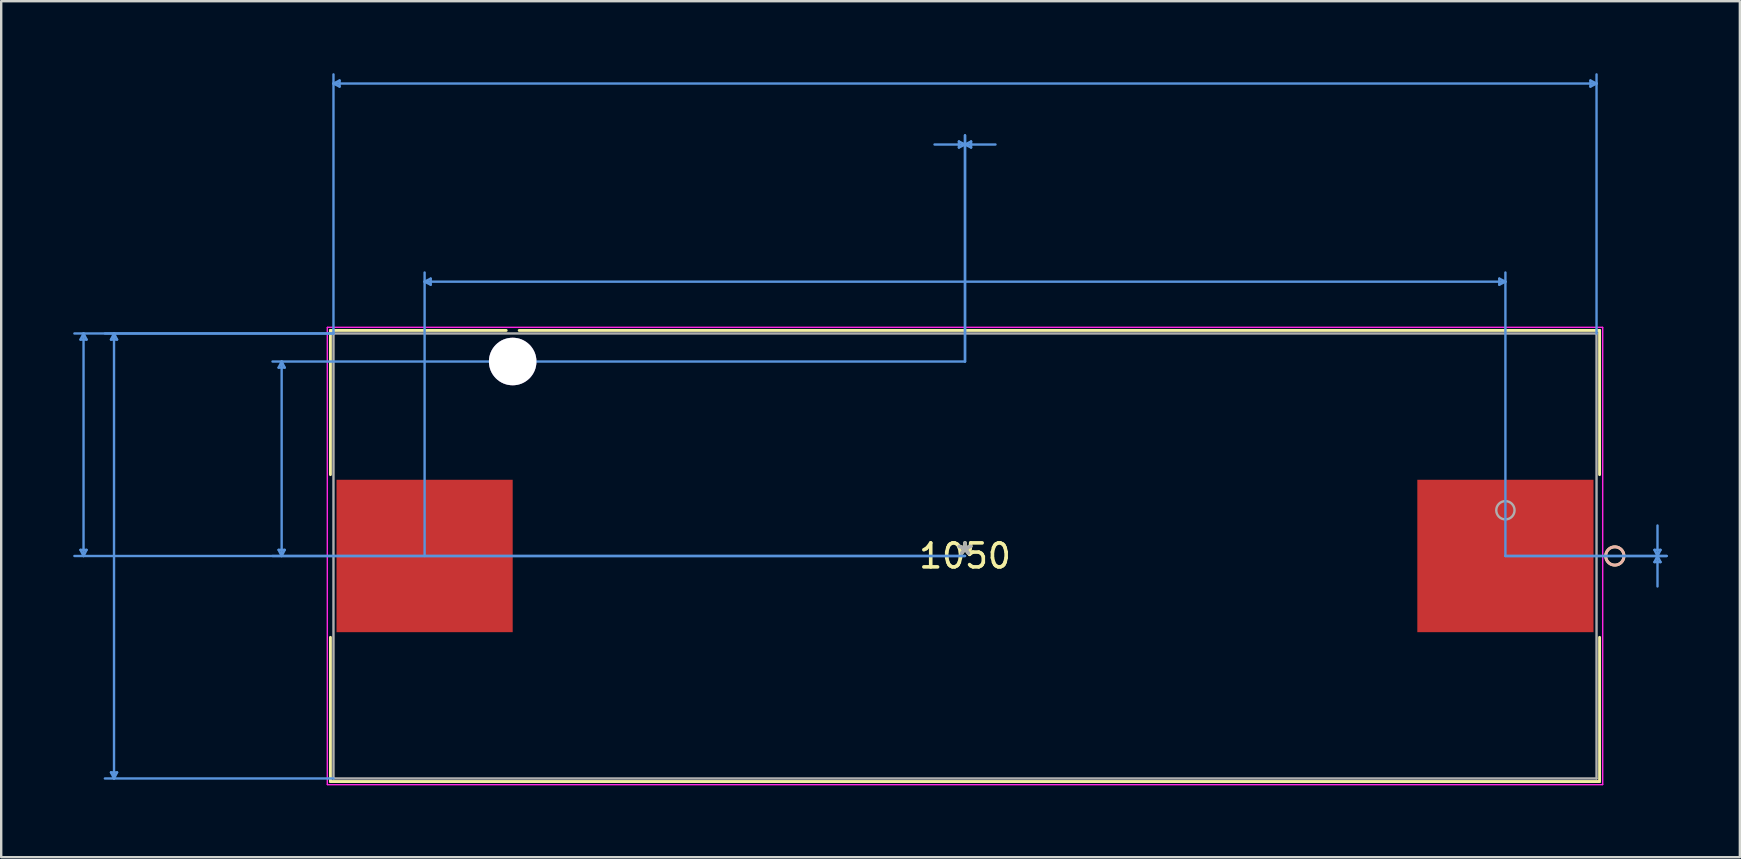
<source format=kicad_pcb>
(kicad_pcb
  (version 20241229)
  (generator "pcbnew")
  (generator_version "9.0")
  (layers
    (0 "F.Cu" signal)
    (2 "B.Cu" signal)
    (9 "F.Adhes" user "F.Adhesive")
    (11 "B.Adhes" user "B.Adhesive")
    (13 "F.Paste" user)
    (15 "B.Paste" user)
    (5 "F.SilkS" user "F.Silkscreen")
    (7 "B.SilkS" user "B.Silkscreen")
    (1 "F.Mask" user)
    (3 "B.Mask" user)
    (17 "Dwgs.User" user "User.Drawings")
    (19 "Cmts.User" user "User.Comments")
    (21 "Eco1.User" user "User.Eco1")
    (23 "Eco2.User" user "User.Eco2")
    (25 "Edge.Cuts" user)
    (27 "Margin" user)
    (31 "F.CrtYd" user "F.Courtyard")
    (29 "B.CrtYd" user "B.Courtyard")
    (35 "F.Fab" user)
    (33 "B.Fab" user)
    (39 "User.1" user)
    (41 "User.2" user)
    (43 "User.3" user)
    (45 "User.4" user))
  (footprint "1050"
    (layer "F.Cu")
    (at 37.159 20.116)
    (property "Reference" "1050" (at 0 0 0) (layer "F.SilkS") (effects (font (size 1 1) (thickness 0.15))))
    (attr through_hole)
    (fp_line (start -26.441 -9.398) (end -26.441 -3.39) (stroke (width 0.12) (type solid)) (layer "F.SilkS"))
    (fp_line (start -26.441 3.39) (end -26.441 9.398) (stroke (width 0.12) (type solid)) (layer "F.SilkS"))
    (fp_line (start -26.441 9.398) (end 26.441 9.398) (stroke (width 0.12) (type solid)) (layer "F.SilkS"))
    (fp_line (start -19.117 -9.398) (end -26.441 -9.398) (stroke (width 0.12) (type solid)) (layer "F.SilkS"))
    (fp_line (start 26.441 -9.398) (end -18.576 -9.398) (stroke (width 0.12) (type solid)) (layer "F.SilkS"))
    (fp_line (start 26.441 -3.39) (end 26.441 -9.398) (stroke (width 0.12) (type solid)) (layer "F.SilkS"))
    (fp_line (start 26.441 9.398) (end 26.441 3.39) (stroke (width 0.12) (type solid)) (layer "F.SilkS"))
    (fp_arc (start 26.69794 -0.043921) (mid 27.098397 -0.380364) (end 27.4574 0) (stroke (width 0.12) (type solid)) (layer "F.SilkS"))
    (fp_arc (start 27.4574 0.000001) (mid 27.098396 0.380365) (end 26.69794 0.04392) (stroke (width 0.12) (type solid)) (layer "F.SilkS"))
    (fp_circle (center 27.076 0) (end 27.457 0) (stroke (width 0.12) (type solid)) (fill no) (layer "B.SilkS"))
    (fp_line (start -36.855 -9.017) (end -36.601 -9.017) (stroke (width 0.1) (type solid)) (layer "Cmts.User"))
    (fp_line (start -36.855 -0.254) (end -36.601 -0.254) (stroke (width 0.1) (type solid)) (layer "Cmts.User"))
    (fp_line (start -36.728 -9.271) (end -36.855 -9.017) (stroke (width 0.1) (type solid)) (layer "Cmts.User"))
    (fp_line (start -36.728 -9.271) (end -36.728 0) (stroke (width 0.1) (type solid)) (layer "Cmts.User"))
    (fp_line (start -36.728 -9.271) (end -36.601 -9.017) (stroke (width 0.1) (type solid)) (layer "Cmts.User"))
    (fp_line (start -36.728 0) (end -36.855 -0.254) (stroke (width 0.1) (type solid)) (layer "Cmts.User"))
    (fp_line (start -36.728 0) (end -36.601 -0.254) (stroke (width 0.1) (type solid)) (layer "Cmts.User"))
    (fp_line (start -35.585 -9.017) (end -35.331 -9.017) (stroke (width 0.1) (type solid)) (layer "Cmts.User"))
    (fp_line (start -35.585 9.017) (end -35.331 9.017) (stroke (width 0.1) (type solid)) (layer "Cmts.User"))
    (fp_line (start -35.458 -9.271) (end -35.585 -9.017) (stroke (width 0.1) (type solid)) (layer "Cmts.User"))
    (fp_line (start -35.458 -9.271) (end -35.458 9.271) (stroke (width 0.1) (type solid)) (layer "Cmts.User"))
    (fp_line (start -35.458 -9.271) (end -35.331 -9.017) (stroke (width 0.1) (type solid)) (layer "Cmts.User"))
    (fp_line (start -35.458 9.271) (end -35.585 9.017) (stroke (width 0.1) (type solid)) (layer "Cmts.User"))
    (fp_line (start -35.458 9.271) (end -35.331 9.017) (stroke (width 0.1) (type solid)) (layer "Cmts.User"))
    (fp_line (start -28.6 -7.849) (end -28.346 -7.849) (stroke (width 0.1) (type solid)) (layer "Cmts.User"))
    (fp_line (start -28.6 -0.254) (end -28.346 -0.254) (stroke (width 0.1) (type solid)) (layer "Cmts.User"))
    (fp_line (start -28.473 -8.103) (end -28.6 -7.849) (stroke (width 0.1) (type solid)) (layer "Cmts.User"))
    (fp_line (start -28.473 -8.103) (end -28.473 0) (stroke (width 0.1) (type solid)) (layer "Cmts.User"))
    (fp_line (start -28.473 -8.103) (end -28.346 -7.849) (stroke (width 0.1) (type solid)) (layer "Cmts.User"))
    (fp_line (start -28.473 0) (end -28.6 -0.254) (stroke (width 0.1) (type solid)) (layer "Cmts.User"))
    (fp_line (start -28.473 0) (end -28.346 -0.254) (stroke (width 0.1) (type solid)) (layer "Cmts.User"))
    (fp_line (start -26.314 -19.685) (end -26.06 -19.812) (stroke (width 0.1) (type solid)) (layer "Cmts.User"))
    (fp_line (start -26.314 -19.685) (end -26.06 -19.558) (stroke (width 0.1) (type solid)) (layer "Cmts.User"))
    (fp_line (start -26.314 -19.685) (end 26.314 -19.685) (stroke (width 0.1) (type solid)) (layer "Cmts.User"))
    (fp_line (start -26.314 -9.271) (end -37.109 -9.271) (stroke (width 0.1) (type solid)) (layer "Cmts.User"))
    (fp_line (start -26.314 -9.271) (end -35.839 -9.271) (stroke (width 0.1) (type solid)) (layer "Cmts.User"))
    (fp_line (start -26.314 -9.271) (end -26.314 -20.066) (stroke (width 0.1) (type solid)) (layer "Cmts.User"))
    (fp_line (start -26.314 9.271) (end -35.839 9.271) (stroke (width 0.1) (type solid)) (layer "Cmts.User"))
    (fp_line (start -26.06 -19.812) (end -26.06 -19.558) (stroke (width 0.1) (type solid)) (layer "Cmts.User"))
    (fp_line (start -22.517 -11.43) (end -22.263 -11.557) (stroke (width 0.1) (type solid)) (layer "Cmts.User"))
    (fp_line (start -22.517 -11.43) (end -22.263 -11.303) (stroke (width 0.1) (type solid)) (layer "Cmts.User"))
    (fp_line (start -22.517 -11.43) (end 22.517 -11.43) (stroke (width 0.1) (type solid)) (layer "Cmts.User"))
    (fp_line (start -22.517 0) (end -22.517 -11.811) (stroke (width 0.1) (type solid)) (layer "Cmts.User"))
    (fp_line (start -22.263 -11.557) (end -22.263 -11.303) (stroke (width 0.1) (type solid)) (layer "Cmts.User"))
    (fp_line (start -0.254 -17.272) (end -0.254 -17.018) (stroke (width 0.1) (type solid)) (layer "Cmts.User"))
    (fp_line (start 0 -17.145) (end -1.27 -17.145) (stroke (width 0.1) (type solid)) (layer "Cmts.User"))
    (fp_line (start 0 -17.145) (end -0.254 -17.272) (stroke (width 0.1) (type solid)) (layer "Cmts.User"))
    (fp_line (start 0 -17.145) (end -0.254 -17.018) (stroke (width 0.1) (type solid)) (layer "Cmts.User"))
    (fp_line (start 0 -17.145) (end 0.254 -17.272) (stroke (width 0.1) (type solid)) (layer "Cmts.User"))
    (fp_line (start 0 -17.145) (end 0.254 -17.018) (stroke (width 0.1) (type solid)) (layer "Cmts.User"))
    (fp_line (start 0 -17.145) (end 1.27 -17.145) (stroke (width 0.1) (type solid)) (layer "Cmts.User"))
    (fp_line (start 0 -8.103) (end -28.854 -8.103) (stroke (width 0.1) (type solid)) (layer "Cmts.User"))
    (fp_line (start 0 -8.103) (end 0 -17.526) (stroke (width 0.1) (type solid)) (layer "Cmts.User"))
    (fp_line (start 0 -8.103) (end 0 -17.526) (stroke (width 0.1) (type solid)) (layer "Cmts.User"))
    (fp_line (start 0 0) (end -37.109 0) (stroke (width 0.1) (type solid)) (layer "Cmts.User"))
    (fp_line (start 0 0) (end -28.854 0) (stroke (width 0.1) (type solid)) (layer "Cmts.User"))
    (fp_line (start 0.254 -17.272) (end 0.254 -17.018) (stroke (width 0.1) (type solid)) (layer "Cmts.User"))
    (fp_line (start 22.263 -11.557) (end 22.263 -11.303) (stroke (width 0.1) (type solid)) (layer "Cmts.User"))
    (fp_line (start 22.517 -11.43) (end 22.263 -11.557) (stroke (width 0.1) (type solid)) (layer "Cmts.User"))
    (fp_line (start 22.517 -11.43) (end 22.263 -11.303) (stroke (width 0.1) (type solid)) (layer "Cmts.User"))
    (fp_line (start 22.517 0) (end 22.517 -11.811) (stroke (width 0.1) (type solid)) (layer "Cmts.User"))
    (fp_line (start 22.517 0) (end 29.235 0) (stroke (width 0.1) (type solid)) (layer "Cmts.User"))
    (fp_line (start 22.517 0) (end 29.235 0) (stroke (width 0.1) (type solid)) (layer "Cmts.User"))
    (fp_line (start 26.06 -19.812) (end 26.06 -19.558) (stroke (width 0.1) (type solid)) (layer "Cmts.User"))
    (fp_line (start 26.314 -19.685) (end 26.06 -19.812) (stroke (width 0.1) (type solid)) (layer "Cmts.User"))
    (fp_line (start 26.314 -19.685) (end 26.06 -19.558) (stroke (width 0.1) (type solid)) (layer "Cmts.User"))
    (fp_line (start 26.314 -9.271) (end 26.314 -20.066) (stroke (width 0.1) (type solid)) (layer "Cmts.User"))
    (fp_line (start 28.727 -0.254) (end 28.981 -0.254) (stroke (width 0.1) (type solid)) (layer "Cmts.User"))
    (fp_line (start 28.727 0.254) (end 28.981 0.254) (stroke (width 0.1) (type solid)) (layer "Cmts.User"))
    (fp_line (start 28.854 0) (end 28.727 -0.254) (stroke (width 0.1) (type solid)) (layer "Cmts.User"))
    (fp_line (start 28.854 0) (end 28.727 0.254) (stroke (width 0.1) (type solid)) (layer "Cmts.User"))
    (fp_line (start 28.854 0) (end 28.854 -1.27) (stroke (width 0.1) (type solid)) (layer "Cmts.User"))
    (fp_line (start 28.854 0) (end 28.854 1.27) (stroke (width 0.1) (type solid)) (layer "Cmts.User"))
    (fp_line (start 28.854 0) (end 28.981 -0.254) (stroke (width 0.1) (type solid)) (layer "Cmts.User"))
    (fp_line (start 28.854 0) (end 28.981 0.254) (stroke (width 0.1) (type solid)) (layer "Cmts.User"))
    (fp_line (start -26.568 -9.525) (end -26.568 9.525) (stroke (width 0.05) (type solid)) (layer "F.CrtYd"))
    (fp_line (start -26.568 -9.525) (end -26.568 9.525) (stroke (width 0.05) (type solid)) (layer "F.CrtYd"))
    (fp_line (start -26.568 9.525) (end 26.568 9.525) (stroke (width 0.05) (type solid)) (layer "F.CrtYd"))
    (fp_line (start -26.568 9.525) (end 26.568 9.525) (stroke (width 0.05) (type solid)) (layer "F.CrtYd"))
    (fp_line (start 26.568 -9.525) (end -26.568 -9.525) (stroke (width 0.05) (type solid)) (layer "F.CrtYd"))
    (fp_line (start 26.568 -9.525) (end -26.568 -9.525) (stroke (width 0.05) (type solid)) (layer "F.CrtYd"))
    (fp_line (start 26.568 9.525) (end 26.568 -9.525) (stroke (width 0.05) (type solid)) (layer "F.CrtYd"))
    (fp_line (start 26.568 9.525) (end 26.568 -9.525) (stroke (width 0.05) (type solid)) (layer "F.CrtYd"))
    (fp_line (start -26.314 -9.271) (end -26.314 9.271) (stroke (width 0.1) (type solid)) (layer "F.Fab"))
    (fp_line (start -26.314 9.271) (end 26.314 9.271) (stroke (width 0.1) (type solid)) (layer "F.Fab"))
    (fp_line (start 26.314 -9.271) (end -26.314 -9.271) (stroke (width 0.1) (type solid)) (layer "F.Fab"))
    (fp_line (start 26.314 9.271) (end 26.314 -9.271) (stroke (width 0.1) (type solid)) (layer "F.Fab"))
    (fp_circle (center 22.517 -1.905) (end 22.898 -1.905) (stroke (width 0.1) (type solid)) (fill no) (layer "F.Fab"))
    (fp_text user "*" (at 0 0 0) (layer "F.SilkS") (effects (font (size 1 1) (thickness 0.15))))
    (fp_text user "Copyright 2021 Accelerated Designs. All rights reserved." (at 0 0 0) (layer "Cmts.User") (effects (font (size 0.127 0.127) (thickness 0.002))))
    (fp_text user "*" (at 0 0 0) (layer "F.Fab") (effects (font (size 1 1) (thickness 0.15))))
    (pad "1" smd rect (at 22.517 0) (size 7.341 6.35) (layers "F.Cu" "F.Mask" "F.Paste"))
    (pad "2" smd rect (at -22.517 0) (size 7.341 6.35) (layers "F.Cu" "F.Mask" "F.Paste"))
    (pad "3" thru_hole circle (at -18.847 -8.103 90) (size 1.981 1.981) (drill 1.981) (layers "*.Cu" "*.Mask")))
  (gr_rect
    (start -3 -3)
    (end 69.445 32.666)
    (stroke (width 0.1) (type default))
    (fill no)
    (layer "Edge.Cuts")))
</source>
